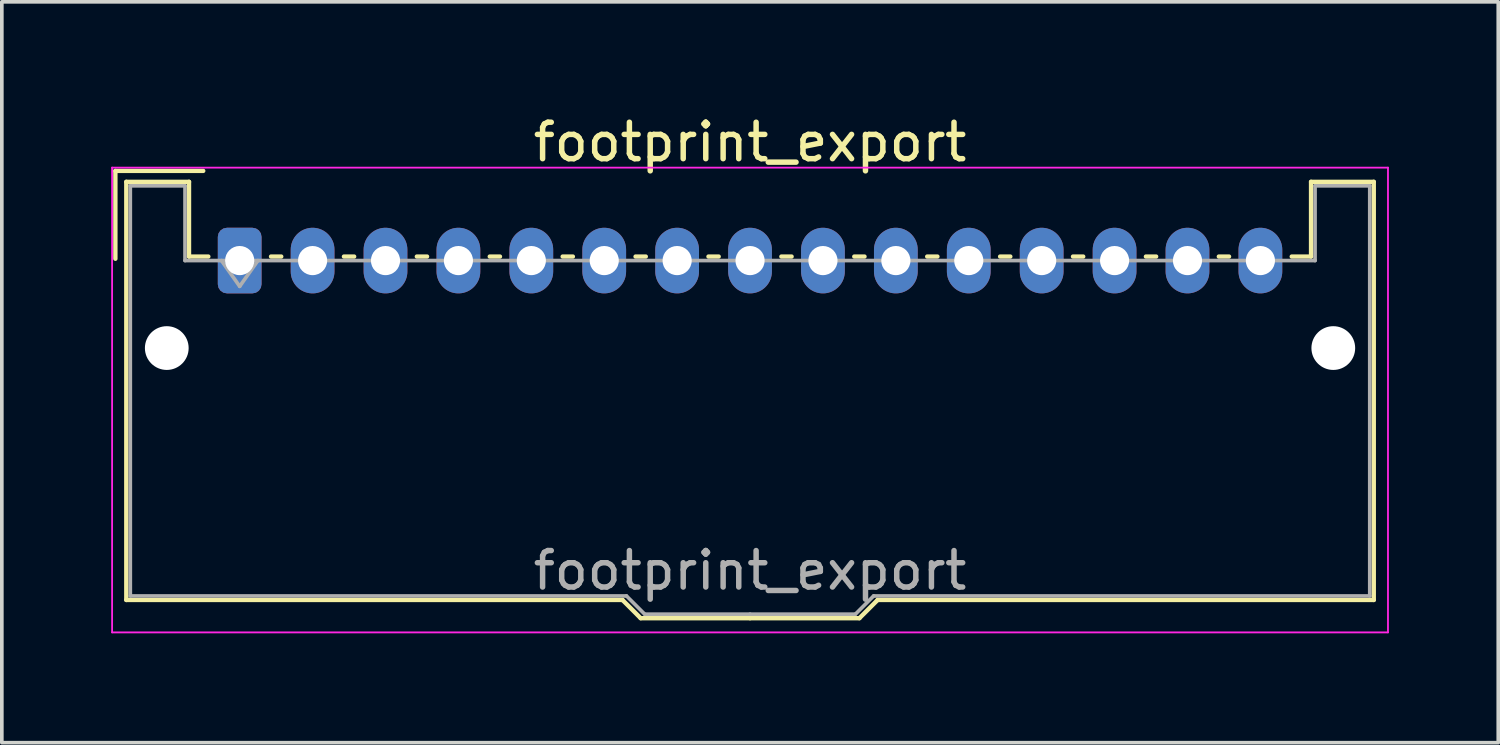
<source format=kicad_pcb>
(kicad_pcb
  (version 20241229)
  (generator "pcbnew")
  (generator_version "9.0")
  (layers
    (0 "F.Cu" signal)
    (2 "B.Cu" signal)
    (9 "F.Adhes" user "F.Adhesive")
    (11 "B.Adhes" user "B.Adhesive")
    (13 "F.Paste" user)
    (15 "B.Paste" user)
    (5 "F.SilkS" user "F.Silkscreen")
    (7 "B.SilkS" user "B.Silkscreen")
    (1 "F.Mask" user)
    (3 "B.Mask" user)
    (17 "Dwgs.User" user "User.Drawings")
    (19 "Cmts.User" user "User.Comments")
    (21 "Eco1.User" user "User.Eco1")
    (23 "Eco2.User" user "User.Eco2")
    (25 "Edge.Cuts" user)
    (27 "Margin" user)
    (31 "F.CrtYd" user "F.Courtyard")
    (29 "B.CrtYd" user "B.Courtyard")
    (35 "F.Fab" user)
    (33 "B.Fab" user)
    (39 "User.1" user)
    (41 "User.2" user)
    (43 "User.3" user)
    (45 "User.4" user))
  (footprint "footprint_export"
    (layer "F.Cu")
    (at 3.525 4.098)
    (property "Reference" "footprint_export" (at 14 -3.25 0) (layer "F.SilkS") (effects (font (size 1 1) (thickness 0.15))))
    (attr through_hole)
    (fp_line (start -3.41 -2.46) (end -1 -2.46) (stroke (width 0.12) (type solid)) (layer "F.SilkS"))
    (fp_line (start -3.41 -0.05) (end -3.41 -2.46) (stroke (width 0.12) (type solid)) (layer "F.SilkS"))
    (fp_line (start -3.11 -2.16) (end -1.39 -2.16) (stroke (width 0.12) (type solid)) (layer "F.SilkS"))
    (fp_line (start -3.11 9.31) (end -3.11 -2.16) (stroke (width 0.12) (type solid)) (layer "F.SilkS"))
    (fp_line (start -1.39 -2.16) (end -1.39 -0.11) (stroke (width 0.12) (type solid)) (layer "F.SilkS"))
    (fp_line (start -1.39 -0.11) (end -0.86 -0.11) (stroke (width 0.12) (type solid)) (layer "F.SilkS"))
    (fp_line (start 0.86 -0.11) (end 1.14 -0.11) (stroke (width 0.12) (type solid)) (layer "F.SilkS"))
    (fp_line (start 2.86 -0.11) (end 3.14 -0.11) (stroke (width 0.12) (type solid)) (layer "F.SilkS"))
    (fp_line (start 4.86 -0.11) (end 5.14 -0.11) (stroke (width 0.12) (type solid)) (layer "F.SilkS"))
    (fp_line (start 6.86 -0.11) (end 7.14 -0.11) (stroke (width 0.12) (type solid)) (layer "F.SilkS"))
    (fp_line (start 8.86 -0.11) (end 9.14 -0.11) (stroke (width 0.12) (type solid)) (layer "F.SilkS"))
    (fp_line (start 10.5 9.31) (end -3.11 9.31) (stroke (width 0.12) (type solid)) (layer "F.SilkS"))
    (fp_line (start 10.86 -0.11) (end 11.14 -0.11) (stroke (width 0.12) (type solid)) (layer "F.SilkS"))
    (fp_line (start 11 9.81) (end 10.5 9.31) (stroke (width 0.12) (type solid)) (layer "F.SilkS"))
    (fp_line (start 12.86 -0.11) (end 13.14 -0.11) (stroke (width 0.12) (type solid)) (layer "F.SilkS"))
    (fp_line (start 14 9.81) (end 11 9.81) (stroke (width 0.12) (type solid)) (layer "F.SilkS"))
    (fp_line (start 14 9.81) (end 17 9.81) (stroke (width 0.12) (type solid)) (layer "F.SilkS"))
    (fp_line (start 14.86 -0.11) (end 15.14 -0.11) (stroke (width 0.12) (type solid)) (layer "F.SilkS"))
    (fp_line (start 16.86 -0.11) (end 17.14 -0.11) (stroke (width 0.12) (type solid)) (layer "F.SilkS"))
    (fp_line (start 17 9.81) (end 17.5 9.31) (stroke (width 0.12) (type solid)) (layer "F.SilkS"))
    (fp_line (start 17.5 9.31) (end 31.11 9.31) (stroke (width 0.12) (type solid)) (layer "F.SilkS"))
    (fp_line (start 18.86 -0.11) (end 19.14 -0.11) (stroke (width 0.12) (type solid)) (layer "F.SilkS"))
    (fp_line (start 20.86 -0.11) (end 21.14 -0.11) (stroke (width 0.12) (type solid)) (layer "F.SilkS"))
    (fp_line (start 22.86 -0.11) (end 23.14 -0.11) (stroke (width 0.12) (type solid)) (layer "F.SilkS"))
    (fp_line (start 24.86 -0.11) (end 25.14 -0.11) (stroke (width 0.12) (type solid)) (layer "F.SilkS"))
    (fp_line (start 26.86 -0.11) (end 27.14 -0.11) (stroke (width 0.12) (type solid)) (layer "F.SilkS"))
    (fp_line (start 29.39 -2.16) (end 29.39 -0.11) (stroke (width 0.12) (type solid)) (layer "F.SilkS"))
    (fp_line (start 29.39 -0.11) (end 28.86 -0.11) (stroke (width 0.12) (type solid)) (layer "F.SilkS"))
    (fp_line (start 31.11 -2.16) (end 29.39 -2.16) (stroke (width 0.12) (type solid)) (layer "F.SilkS"))
    (fp_line (start 31.11 9.31) (end 31.11 -2.16) (stroke (width 0.12) (type solid)) (layer "F.SilkS"))
    (fp_line (start -3.5 -2.55) (end -3.5 10.2) (stroke (width 0.05) (type solid)) (layer "F.CrtYd"))
    (fp_line (start -3.5 10.2) (end 31.5 10.2) (stroke (width 0.05) (type solid)) (layer "F.CrtYd"))
    (fp_line (start 31.5 -2.55) (end -3.5 -2.55) (stroke (width 0.05) (type solid)) (layer "F.CrtYd"))
    (fp_line (start 31.5 10.2) (end 31.5 -2.55) (stroke (width 0.05) (type solid)) (layer "F.CrtYd"))
    (fp_line (start -3 -2.05) (end -1.5 -2.05) (stroke (width 0.1) (type solid)) (layer "F.Fab"))
    (fp_line (start -3 9.2) (end -3 -2.05) (stroke (width 0.1) (type solid)) (layer "F.Fab"))
    (fp_line (start -1.5 -2.05) (end -1.5 0) (stroke (width 0.1) (type solid)) (layer "F.Fab"))
    (fp_line (start -1.5 0) (end 14 0) (stroke (width 0.1) (type solid)) (layer "F.Fab"))
    (fp_line (start -0.5 0) (end 0 0.707) (stroke (width 0.1) (type solid)) (layer "F.Fab"))
    (fp_line (start 0 0.707) (end 0.5 0) (stroke (width 0.1) (type solid)) (layer "F.Fab"))
    (fp_line (start 10.61 9.2) (end -3 9.2) (stroke (width 0.1) (type solid)) (layer "F.Fab"))
    (fp_line (start 11.11 9.7) (end 10.61 9.2) (stroke (width 0.1) (type solid)) (layer "F.Fab"))
    (fp_line (start 14 9.7) (end 11.11 9.7) (stroke (width 0.1) (type solid)) (layer "F.Fab"))
    (fp_line (start 14 9.7) (end 16.89 9.7) (stroke (width 0.1) (type solid)) (layer "F.Fab"))
    (fp_line (start 16.89 9.7) (end 17.39 9.2) (stroke (width 0.1) (type solid)) (layer "F.Fab"))
    (fp_line (start 17.39 9.2) (end 31 9.2) (stroke (width 0.1) (type solid)) (layer "F.Fab"))
    (fp_line (start 29.5 -2.05) (end 29.5 0) (stroke (width 0.1) (type solid)) (layer "F.Fab"))
    (fp_line (start 29.5 0) (end 14 0) (stroke (width 0.1) (type solid)) (layer "F.Fab"))
    (fp_line (start 31 -2.05) (end 29.5 -2.05) (stroke (width 0.1) (type solid)) (layer "F.Fab"))
    (fp_line (start 31 9.2) (end 31 -2.05) (stroke (width 0.1) (type solid)) (layer "F.Fab"))
    (fp_text user "${REFERENCE}" (at 14 8.5 0) (layer "F.Fab") (effects (font (size 1 1) (thickness 0.15))))
    (pad "" np_thru_hole circle (at -2 2.4) (size 1.2 1.2) (drill 1.2) (layers "*.Cu" "*.Mask"))
    (pad "" np_thru_hole circle (at 30 2.4) (size 1.2 1.2) (drill 1.2) (layers "*.Cu" "*.Mask"))
    (pad "1" thru_hole roundrect (at 0 0) (size 1.2 1.8) (drill 0.8) (layers "*.Cu" "*.Mask") (roundrect_rratio 0.208))
    (pad "2" thru_hole oval (at 2 0) (size 1.2 1.8) (drill 0.8) (layers "*.Cu" "*.Mask"))
    (pad "3" thru_hole oval (at 4 0) (size 1.2 1.8) (drill 0.8) (layers "*.Cu" "*.Mask"))
    (pad "4" thru_hole oval (at 6 0) (size 1.2 1.8) (drill 0.8) (layers "*.Cu" "*.Mask"))
    (pad "5" thru_hole oval (at 8 0) (size 1.2 1.8) (drill 0.8) (layers "*.Cu" "*.Mask"))
    (pad "6" thru_hole oval (at 10 0) (size 1.2 1.8) (drill 0.8) (layers "*.Cu" "*.Mask"))
    (pad "7" thru_hole oval (at 12 0) (size 1.2 1.8) (drill 0.8) (layers "*.Cu" "*.Mask"))
    (pad "8" thru_hole oval (at 14 0) (size 1.2 1.8) (drill 0.8) (layers "*.Cu" "*.Mask"))
    (pad "9" thru_hole oval (at 16 0) (size 1.2 1.8) (drill 0.8) (layers "*.Cu" "*.Mask"))
    (pad "10" thru_hole oval (at 18 0) (size 1.2 1.8) (drill 0.8) (layers "*.Cu" "*.Mask"))
    (pad "11" thru_hole oval (at 20 0) (size 1.2 1.8) (drill 0.8) (layers "*.Cu" "*.Mask"))
    (pad "12" thru_hole oval (at 22 0) (size 1.2 1.8) (drill 0.8) (layers "*.Cu" "*.Mask"))
    (pad "13" thru_hole oval (at 24 0) (size 1.2 1.8) (drill 0.8) (layers "*.Cu" "*.Mask"))
    (pad "14" thru_hole oval (at 26 0) (size 1.2 1.8) (drill 0.8) (layers "*.Cu" "*.Mask"))
    (pad "15" thru_hole oval (at 28 0) (size 1.2 1.8) (drill 0.8) (layers "*.Cu" "*.Mask")))
  (gr_rect
    (start -3 -3)
    (end 38.05 17.323)
    (stroke (width 0.1) (type default))
    (fill no)
    (layer "Edge.Cuts")))
</source>
